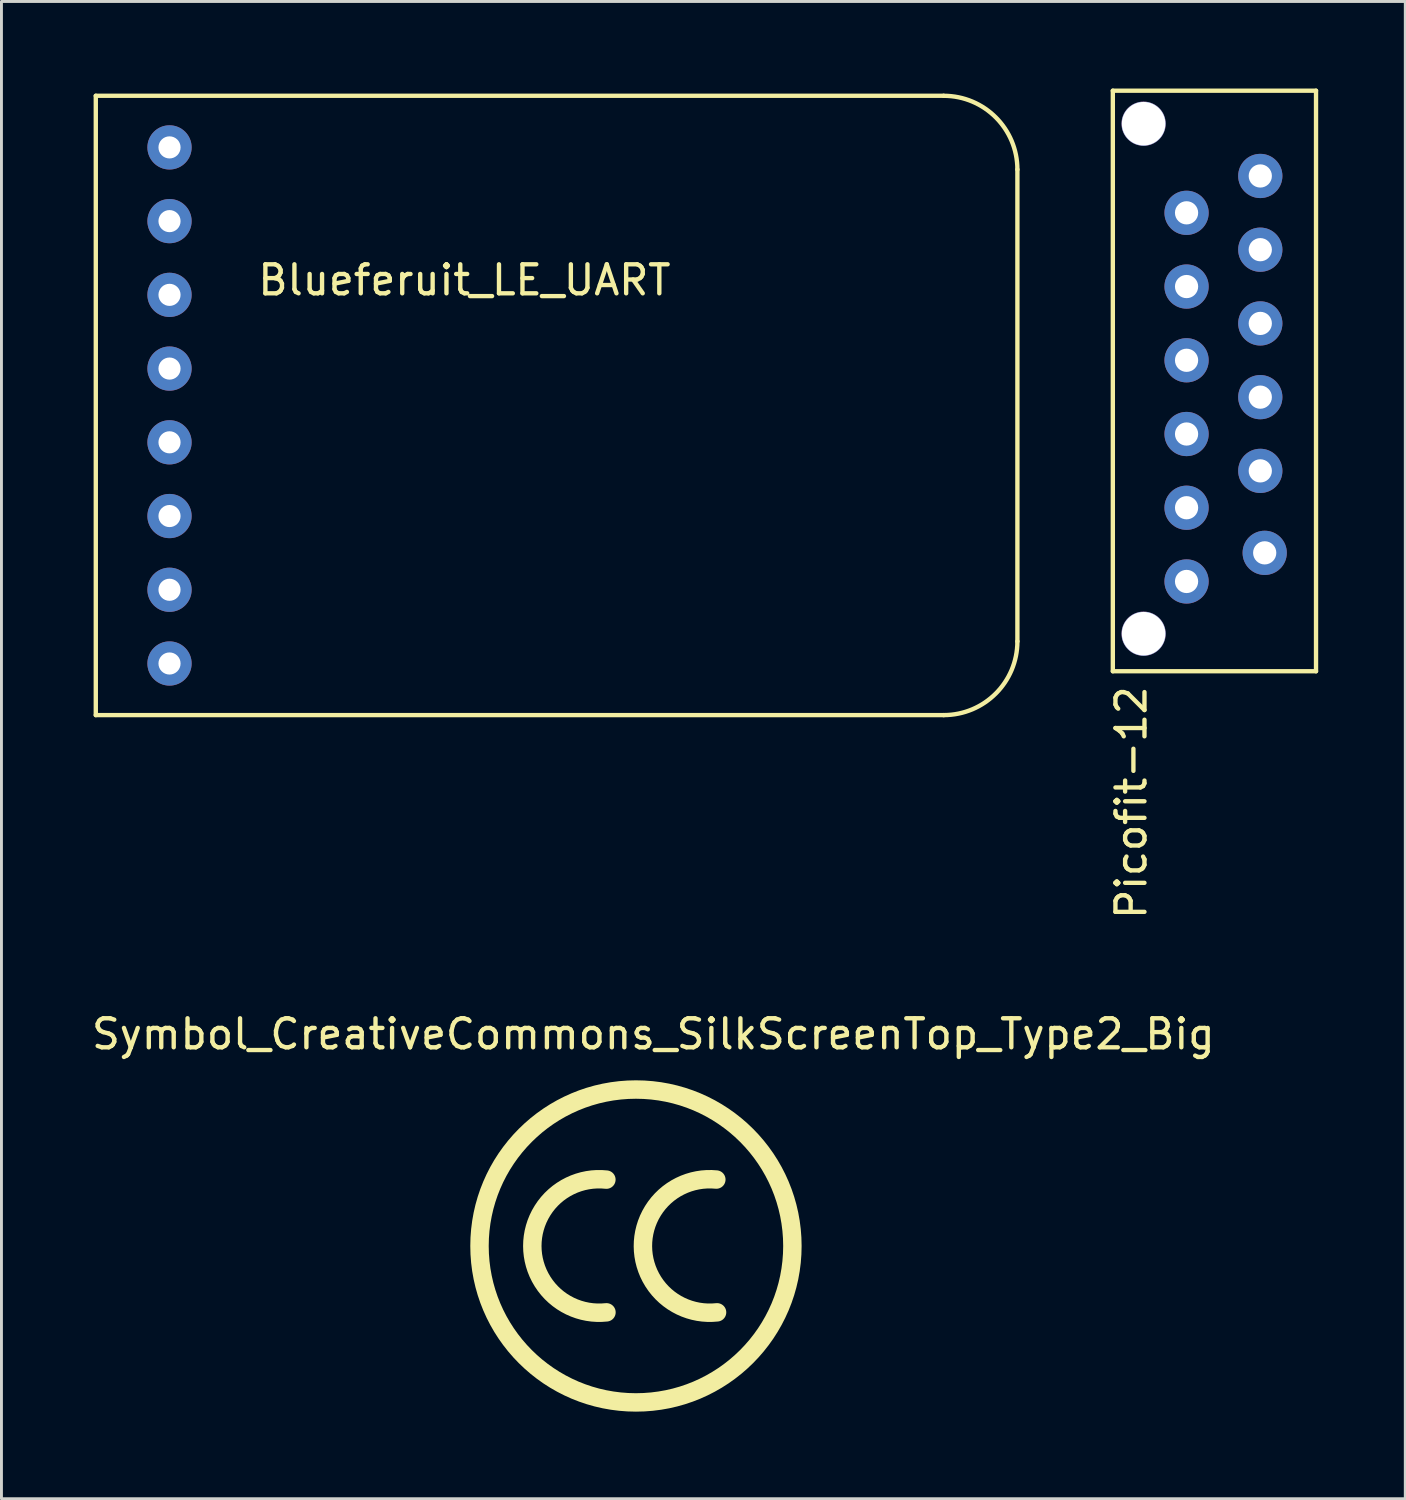
<source format=kicad_pcb>
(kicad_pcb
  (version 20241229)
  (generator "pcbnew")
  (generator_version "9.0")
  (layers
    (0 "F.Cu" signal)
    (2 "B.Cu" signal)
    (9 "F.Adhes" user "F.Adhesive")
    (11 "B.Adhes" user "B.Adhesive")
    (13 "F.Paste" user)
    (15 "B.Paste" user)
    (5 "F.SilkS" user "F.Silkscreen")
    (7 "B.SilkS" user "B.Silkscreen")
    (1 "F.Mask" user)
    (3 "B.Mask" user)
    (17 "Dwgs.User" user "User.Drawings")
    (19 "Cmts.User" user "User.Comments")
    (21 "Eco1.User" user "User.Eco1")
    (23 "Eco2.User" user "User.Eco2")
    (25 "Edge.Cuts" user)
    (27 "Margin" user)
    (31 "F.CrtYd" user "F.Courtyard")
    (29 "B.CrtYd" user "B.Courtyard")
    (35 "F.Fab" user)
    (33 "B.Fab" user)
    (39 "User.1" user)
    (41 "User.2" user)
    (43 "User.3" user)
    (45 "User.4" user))
  (footprint "Symbol_CreativeCommons_SilkScreenTop_Type2_Big"
    (layer "F.Cu")
    (at 18.859 39.875)
    (property "Reference" "Symbol_CreativeCommons_SilkScreenTop_Type2_Big" (at 0.599 -7.3 0) (layer "F.SilkS") (effects (font (size 1 1) (thickness 0.15))))
    (attr through_hole)
    (fp_arc (start -1.016 2.286) (mid -3.570067 0.001385) (end -1.018753 -2.286304) (stroke (width 0.635) (type solid)) (layer "F.SilkS"))
    (fp_arc (start 2.794 2.286) (mid 0.239967 0.012637) (end 2.768865 -2.288653) (stroke (width 0.635) (type solid)) (layer "F.SilkS"))
    (fp_circle (center 0 0) (end 5.283 1.067) (stroke (width 0.635) (type solid)) (fill no) (layer "F.SilkS")))
  (footprint "Picofit-12"
    (layer "F.Cu")
    (at 39.25 9.646)
    (property "Reference" "Picofit-12" (at -3.327 14.956 90) (layer "F.SilkS") (effects (font (size 1 1) (thickness 0.15))))
    (attr through_hole)
    (fp_line (start -3.962 -9.571) (end 3.038 -9.571) (stroke (width 0.15) (type solid)) (layer "F.SilkS"))
    (fp_line (start -3.962 10.429) (end -3.962 -9.571) (stroke (width 0.15) (type solid)) (layer "F.SilkS"))
    (fp_line (start 3.038 -9.571) (end 3.038 10.429) (stroke (width 0.15) (type solid)) (layer "F.SilkS"))
    (fp_line (start 3.038 10.429) (end -3.962 10.429) (stroke (width 0.15) (type solid)) (layer "F.SilkS"))
    (pad "" np_thru_hole circle (at -2.902 -8.434 90) (size 1.524 1.524) (drill 1.5) (layers "*.Cu" "*.Mask"))
    (pad "" np_thru_hole circle (at -2.902 9.136 90) (size 1.524 1.524) (drill 1.5) (layers "*.Cu" "*.Mask"))
    (pad "1" thru_hole circle (at -1.422 -5.364 90) (size 1.524 1.524) (drill 0.8) (layers "*.Cu" "*.Mask"))
    (pad "2" thru_hole circle (at 1.118 -6.634 90) (size 1.524 1.524) (drill 0.8) (layers "*.Cu" "*.Mask"))
    (pad "3" thru_hole circle (at -1.422 -2.824 90) (size 1.524 1.524) (drill 0.8) (layers "*.Cu" "*.Mask"))
    (pad "4" thru_hole circle (at 1.118 -4.094 90) (size 1.524 1.524) (drill 0.8) (layers "*.Cu" "*.Mask"))
    (pad "5" thru_hole circle (at -1.422 -0.284 90) (size 1.524 1.524) (drill 0.8) (layers "*.Cu" "*.Mask"))
    (pad "6" thru_hole circle (at 1.118 -1.554 90) (size 1.524 1.524) (drill 0.8) (layers "*.Cu" "*.Mask"))
    (pad "7" thru_hole circle (at -1.422 2.256 90) (size 1.524 1.524) (drill 0.8) (layers "*.Cu" "*.Mask"))
    (pad "8" thru_hole circle (at 1.118 0.986 90) (size 1.524 1.524) (drill 0.8) (layers "*.Cu" "*.Mask"))
    (pad "9" thru_hole circle (at -1.422 4.796 90) (size 1.524 1.524) (drill 0.8) (layers "*.Cu" "*.Mask"))
    (pad "10" thru_hole circle (at 1.118 3.526 90) (size 1.524 1.524) (drill 0.8) (layers "*.Cu" "*.Mask"))
    (pad "11" thru_hole circle (at -1.422 7.336 90) (size 1.524 1.524) (drill 0.8) (layers "*.Cu" "*.Mask"))
    (pad "12" thru_hole circle (at 1.27 6.35 90) (size 1.524 1.524) (drill 0.8) (layers "*.Cu" "*.Mask")))
  (footprint "Blueferuit_LE_UART"
    (layer "F.Cu")
    (at 0.25 0.25)
    (property "Reference" "Blueferuit_LE_UART" (at 12.7 6.35 0) (layer "F.SilkS") (effects (font (size 1 1) (thickness 0.15))))
    (attr through_hole)
    (fp_line (start 0 0) (end 29.21 0) (stroke (width 0.15) (type solid)) (layer "F.SilkS"))
    (fp_line (start 0 21.336) (end 0 0) (stroke (width 0.15) (type solid)) (layer "F.SilkS"))
    (fp_line (start 0 21.336) (end 29.21 21.336) (stroke (width 0.15) (type solid)) (layer "F.SilkS"))
    (fp_line (start 31.75 2.54) (end 31.75 18.796) (stroke (width 0.15) (type solid)) (layer "F.SilkS"))
    (fp_arc (start 29.21 0) (mid 31.006051 0.743949) (end 31.75 2.54) (stroke (width 0.15) (type solid)) (layer "F.SilkS"))
    (fp_arc (start 31.75 18.796) (mid 31.006051 20.592051) (end 29.21 21.336) (stroke (width 0.15) (type solid)) (layer "F.SilkS"))
    (pad "1" thru_hole circle (at 2.54 1.778) (size 1.524 1.524) (drill 0.762) (layers "*.Cu" "*.Mask"))
    (pad "2" thru_hole circle (at 2.54 4.318) (size 1.524 1.524) (drill 0.762) (layers "*.Cu" "*.Mask"))
    (pad "3" thru_hole circle (at 2.54 6.858) (size 1.524 1.524) (drill 0.762) (layers "*.Cu" "*.Mask"))
    (pad "4" thru_hole circle (at 2.54 9.398) (size 1.524 1.524) (drill 0.762) (layers "*.Cu" "*.Mask"))
    (pad "5" thru_hole circle (at 2.54 11.938) (size 1.524 1.524) (drill 0.762) (layers "*.Cu" "*.Mask"))
    (pad "6" thru_hole circle (at 2.54 14.478) (size 1.524 1.524) (drill 0.762) (layers "*.Cu" "*.Mask"))
    (pad "7" thru_hole circle (at 2.54 17.018) (size 1.524 1.524) (drill 0.762) (layers "*.Cu" "*.Mask"))
    (pad "8" thru_hole circle (at 2.54 19.558) (size 1.524 1.524) (drill 0.762) (layers "*.Cu" "*.Mask")))
  (gr_rect
    (start -3 -3)
    (end 45.363 48.583)
    (stroke (width 0.1) (type default))
    (fill no)
    (layer "Edge.Cuts")))
</source>
